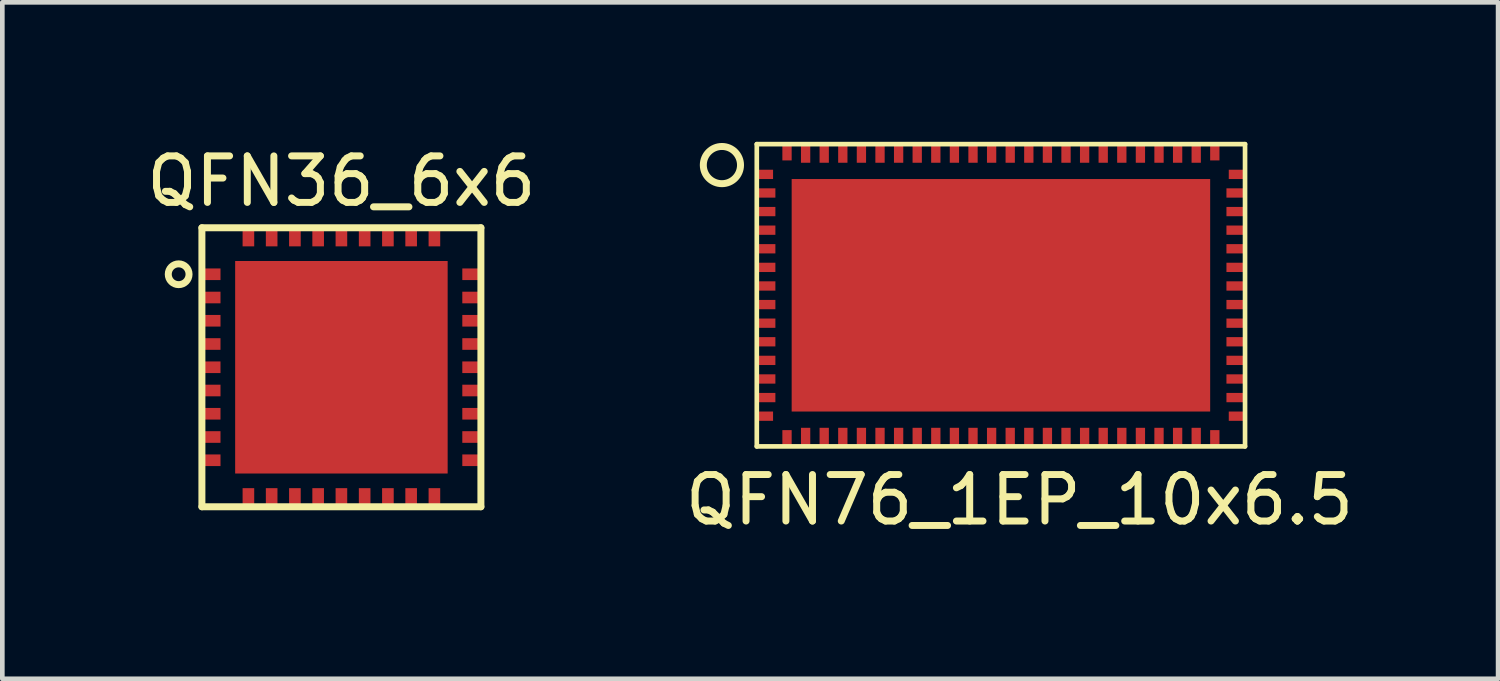
<source format=kicad_pcb>
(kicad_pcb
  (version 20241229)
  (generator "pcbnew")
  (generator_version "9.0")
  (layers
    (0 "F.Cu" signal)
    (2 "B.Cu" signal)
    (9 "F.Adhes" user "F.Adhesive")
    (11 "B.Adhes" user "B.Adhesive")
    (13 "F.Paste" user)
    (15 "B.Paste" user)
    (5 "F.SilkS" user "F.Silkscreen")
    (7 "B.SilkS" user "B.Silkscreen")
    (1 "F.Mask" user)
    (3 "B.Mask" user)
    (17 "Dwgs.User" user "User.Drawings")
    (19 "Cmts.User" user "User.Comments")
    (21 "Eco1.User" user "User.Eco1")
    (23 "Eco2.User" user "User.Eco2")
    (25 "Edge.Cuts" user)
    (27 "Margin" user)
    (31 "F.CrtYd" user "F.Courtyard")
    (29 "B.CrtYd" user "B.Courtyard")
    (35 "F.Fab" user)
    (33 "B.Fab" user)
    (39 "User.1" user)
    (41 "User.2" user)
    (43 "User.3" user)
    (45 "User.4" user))
  (footprint "QFN36_6x6"
    (layer "F.Cu")
    (at 4.292 4.848)
    (property "Reference" "QFN36_6x6" (at 0 -4 0) (layer "F.SilkS") (effects (font (size 1 1) (thickness 0.15))))
    (attr through_hole)
    (fp_line (start -3 -3) (end 3 -3) (stroke (width 0.15) (type solid)) (layer "F.SilkS"))
    (fp_line (start -3 3) (end -3 -3) (stroke (width 0.15) (type solid)) (layer "F.SilkS"))
    (fp_line (start 3 -3) (end 3 3) (stroke (width 0.15) (type solid)) (layer "F.SilkS"))
    (fp_line (start 3 3) (end -3 3) (stroke (width 0.15) (type solid)) (layer "F.SilkS"))
    (fp_circle (center -3.5 -2) (end -3.4 -1.8) (stroke (width 0.15) (type solid)) (fill no) (layer "F.SilkS"))
    (pad "1" smd rect (at -2.8 -2) (size 0.4 0.25) (layers "F.Cu" "F.Mask" "F.Paste"))
    (pad "2" smd rect (at -2.8 -1.5) (size 0.4 0.25) (layers "F.Cu" "F.Mask" "F.Paste"))
    (pad "3" smd rect (at -2.8 -1) (size 0.4 0.25) (layers "F.Cu" "F.Mask" "F.Paste"))
    (pad "4" smd rect (at -2.8 -0.5) (size 0.4 0.25) (layers "F.Cu" "F.Mask" "F.Paste"))
    (pad "5" smd rect (at -2.8 0) (size 0.4 0.25) (layers "F.Cu" "F.Mask" "F.Paste"))
    (pad "6" smd rect (at -2.8 0.5) (size 0.4 0.25) (layers "F.Cu" "F.Mask" "F.Paste"))
    (pad "7" smd rect (at -2.8 1) (size 0.4 0.25) (layers "F.Cu" "F.Mask" "F.Paste"))
    (pad "8" smd rect (at -2.8 1.5) (size 0.4 0.25) (layers "F.Cu" "F.Mask" "F.Paste"))
    (pad "9" smd rect (at -2.8 2) (size 0.4 0.25) (layers "F.Cu" "F.Mask" "F.Paste"))
    (pad "10" smd rect (at -2 2.8 90) (size 0.4 0.25) (layers "F.Cu" "F.Mask" "F.Paste"))
    (pad "11" smd rect (at -1.5 2.8 90) (size 0.4 0.25) (layers "F.Cu" "F.Mask" "F.Paste"))
    (pad "12" smd rect (at -1 2.8 90) (size 0.4 0.25) (layers "F.Cu" "F.Mask" "F.Paste"))
    (pad "13" smd rect (at -0.5 2.8 90) (size 0.4 0.25) (layers "F.Cu" "F.Mask" "F.Paste"))
    (pad "14" smd rect (at 0 2.8 90) (size 0.4 0.25) (layers "F.Cu" "F.Mask" "F.Paste"))
    (pad "15" smd rect (at 0.5 2.8 90) (size 0.4 0.25) (layers "F.Cu" "F.Mask" "F.Paste"))
    (pad "16" smd rect (at 1 2.8 90) (size 0.4 0.25) (layers "F.Cu" "F.Mask" "F.Paste"))
    (pad "17" smd rect (at 1.5 2.8 90) (size 0.4 0.25) (layers "F.Cu" "F.Mask" "F.Paste"))
    (pad "18" smd rect (at 2 2.8 90) (size 0.4 0.25) (layers "F.Cu" "F.Mask" "F.Paste"))
    (pad "19" smd rect (at 2.8 2) (size 0.4 0.25) (layers "F.Cu" "F.Mask" "F.Paste"))
    (pad "20" smd rect (at 2.8 1.5) (size 0.4 0.25) (layers "F.Cu" "F.Mask" "F.Paste"))
    (pad "21" smd rect (at 2.8 1) (size 0.4 0.25) (layers "F.Cu" "F.Mask" "F.Paste"))
    (pad "22" smd rect (at 2.8 0.5) (size 0.4 0.25) (layers "F.Cu" "F.Mask" "F.Paste"))
    (pad "23" smd rect (at 2.8 0) (size 0.4 0.25) (layers "F.Cu" "F.Mask" "F.Paste"))
    (pad "24" smd rect (at 2.8 -0.5) (size 0.4 0.25) (layers "F.Cu" "F.Mask" "F.Paste"))
    (pad "25" smd rect (at 2.8 -1) (size 0.4 0.25) (layers "F.Cu" "F.Mask" "F.Paste"))
    (pad "26" smd rect (at 2.8 -1.5) (size 0.4 0.25) (layers "F.Cu" "F.Mask" "F.Paste"))
    (pad "27" smd rect (at 2.8 -2) (size 0.4 0.25) (layers "F.Cu" "F.Mask" "F.Paste"))
    (pad "28" smd rect (at 2 -2.8 90) (size 0.4 0.25) (layers "F.Cu" "F.Mask" "F.Paste"))
    (pad "29" smd rect (at 1.5 -2.8 90) (size 0.4 0.25) (layers "F.Cu" "F.Mask" "F.Paste"))
    (pad "30" smd rect (at 1 -2.8 90) (size 0.4 0.25) (layers "F.Cu" "F.Mask" "F.Paste"))
    (pad "31" smd rect (at 0.5 -2.8 90) (size 0.4 0.25) (layers "F.Cu" "F.Mask" "F.Paste"))
    (pad "32" smd rect (at 0 -2.8 90) (size 0.4 0.25) (layers "F.Cu" "F.Mask" "F.Paste"))
    (pad "33" smd rect (at -0.5 -2.8 90) (size 0.4 0.25) (layers "F.Cu" "F.Mask" "F.Paste"))
    (pad "34" smd rect (at -1 -2.8 90) (size 0.4 0.25) (layers "F.Cu" "F.Mask" "F.Paste"))
    (pad "35" smd rect (at -1.5 -2.8 90) (size 0.4 0.25) (layers "F.Cu" "F.Mask" "F.Paste"))
    (pad "36" smd rect (at -2 -2.8 90) (size 0.4 0.25) (layers "F.Cu" "F.Mask" "F.Paste"))
    (pad "37" smd rect (at 0 0) (size 4.57 4.57) (layers "F.Cu" "F.Mask" "F.Paste")))
  (footprint "QFN76_1EP_10x6.5"
    (layer "F.Cu")
    (at 18.475 3.3)
    (property "Reference" "QFN76_1EP_10x6.5" (at 0.4 4.4 0) (layer "F.SilkS") (effects (font (size 1 1) (thickness 0.15))))
    (attr through_hole)
    (fp_line (start -5.25 -3.25) (end -5.25 3.25) (stroke (width 0.1) (type solid)) (layer "F.SilkS"))
    (fp_line (start -5.25 3.25) (end 5.25 3.25) (stroke (width 0.1) (type solid)) (layer "F.SilkS"))
    (fp_line (start 5.25 -3.25) (end -5.25 -3.25) (stroke (width 0.1) (type solid)) (layer "F.SilkS"))
    (fp_line (start 5.25 3.25) (end 5.25 -3.25) (stroke (width 0.1) (type solid)) (layer "F.SilkS"))
    (fp_circle (center -6 -2.8) (end -6 -2.4) (stroke (width 0.15) (type solid)) (fill no) (layer "F.SilkS"))
    (pad "1" smd rect (at -5.075 -2.6) (size 0.35 0.2) (layers "F.Cu" "F.Mask" "F.Paste"))
    (pad "2" smd rect (at -5.05 -2.2) (size 0.4 0.2) (layers "F.Cu" "F.Mask" "F.Paste"))
    (pad "3" smd rect (at -5.05 -1.8) (size 0.4 0.2) (layers "F.Cu" "F.Mask" "F.Paste"))
    (pad "4" smd rect (at -5.05 -1.4) (size 0.4 0.2) (layers "F.Cu" "F.Mask" "F.Paste"))
    (pad "5" smd rect (at -5.05 -1) (size 0.4 0.2) (layers "F.Cu" "F.Mask" "F.Paste"))
    (pad "6" smd rect (at -5.05 -0.6) (size 0.4 0.2) (layers "F.Cu" "F.Mask" "F.Paste"))
    (pad "7" smd rect (at -5.05 -0.2) (size 0.4 0.2) (layers "F.Cu" "F.Mask" "F.Paste"))
    (pad "8" smd rect (at -5.05 0.2) (size 0.4 0.2) (layers "F.Cu" "F.Mask" "F.Paste"))
    (pad "9" smd rect (at -5.05 0.6) (size 0.4 0.2) (layers "F.Cu" "F.Mask" "F.Paste"))
    (pad "10" smd rect (at -5.05 1) (size 0.4 0.2) (layers "F.Cu" "F.Mask" "F.Paste"))
    (pad "11" smd rect (at -5.05 1.4) (size 0.4 0.2) (layers "F.Cu" "F.Mask" "F.Paste"))
    (pad "12" smd rect (at -5.05 1.8) (size 0.4 0.2) (layers "F.Cu" "F.Mask" "F.Paste"))
    (pad "13" smd rect (at -5.05 2.2) (size 0.4 0.2) (layers "F.Cu" "F.Mask" "F.Paste"))
    (pad "14" smd rect (at -5.075 2.6) (size 0.35 0.2) (layers "F.Cu" "F.Mask" "F.Paste"))
    (pad "15" smd rect (at -4.6 3.075) (size 0.2 0.35) (layers "F.Cu" "F.Mask" "F.Paste"))
    (pad "16" smd rect (at -4.2 3.05) (size 0.2 0.4) (layers "F.Cu" "F.Mask" "F.Paste"))
    (pad "17" smd rect (at -3.8 3.05) (size 0.2 0.4) (layers "F.Cu" "F.Mask" "F.Paste"))
    (pad "18" smd rect (at -3.4 3.05) (size 0.2 0.4) (layers "F.Cu" "F.Mask" "F.Paste"))
    (pad "19" smd rect (at -3 3.05) (size 0.2 0.4) (layers "F.Cu" "F.Mask" "F.Paste"))
    (pad "20" smd rect (at -2.6 3.05) (size 0.2 0.4) (layers "F.Cu" "F.Mask" "F.Paste"))
    (pad "21" smd rect (at -2.2 3.05) (size 0.2 0.4) (layers "F.Cu" "F.Mask" "F.Paste"))
    (pad "22" smd rect (at -1.8 3.05) (size 0.2 0.4) (layers "F.Cu" "F.Mask" "F.Paste"))
    (pad "23" smd rect (at -1.4 3.05) (size 0.2 0.4) (layers "F.Cu" "F.Mask" "F.Paste"))
    (pad "24" smd rect (at -1 3.05) (size 0.2 0.4) (layers "F.Cu" "F.Mask" "F.Paste"))
    (pad "25" smd rect (at -0.6 3.05) (size 0.2 0.4) (layers "F.Cu" "F.Mask" "F.Paste"))
    (pad "26" smd rect (at -0.2 3.05) (size 0.2 0.4) (layers "F.Cu" "F.Mask" "F.Paste"))
    (pad "27" smd rect (at 0.2 3.05) (size 0.2 0.4) (layers "F.Cu" "F.Mask" "F.Paste"))
    (pad "28" smd rect (at 0.6 3.05) (size 0.2 0.4) (layers "F.Cu" "F.Mask" "F.Paste"))
    (pad "29" smd rect (at 1 3.05) (size 0.2 0.4) (layers "F.Cu" "F.Mask" "F.Paste"))
    (pad "30" smd rect (at 1.4 3.05) (size 0.2 0.4) (layers "F.Cu" "F.Mask" "F.Paste"))
    (pad "31" smd rect (at 1.8 3.05) (size 0.2 0.4) (layers "F.Cu" "F.Mask" "F.Paste"))
    (pad "32" smd rect (at 2.2 3.05) (size 0.2 0.4) (layers "F.Cu" "F.Mask" "F.Paste"))
    (pad "33" smd rect (at 2.6 3.05) (size 0.2 0.4) (layers "F.Cu" "F.Mask" "F.Paste"))
    (pad "34" smd rect (at 3 3.05) (size 0.2 0.4) (layers "F.Cu" "F.Mask" "F.Paste"))
    (pad "35" smd rect (at 3.4 3.05) (size 0.2 0.4) (layers "F.Cu" "F.Mask" "F.Paste"))
    (pad "36" smd rect (at 3.8 3.05) (size 0.2 0.4) (layers "F.Cu" "F.Mask" "F.Paste"))
    (pad "37" smd rect (at 4.2 3.05) (size 0.2 0.4) (layers "F.Cu" "F.Mask" "F.Paste"))
    (pad "38" smd rect (at 4.6 3.075) (size 0.2 0.35) (layers "F.Cu" "F.Mask" "F.Paste"))
    (pad "39" smd rect (at 5.075 2.6) (size 0.35 0.2) (layers "F.Cu" "F.Mask" "F.Paste"))
    (pad "40" smd rect (at 5.05 2.2) (size 0.4 0.2) (layers "F.Cu" "F.Mask" "F.Paste"))
    (pad "41" smd rect (at 5.05 1.8) (size 0.4 0.2) (layers "F.Cu" "F.Mask" "F.Paste"))
    (pad "42" smd rect (at 5.05 1.4) (size 0.4 0.2) (layers "F.Cu" "F.Mask" "F.Paste"))
    (pad "43" smd rect (at 5.05 1) (size 0.4 0.2) (layers "F.Cu" "F.Mask" "F.Paste"))
    (pad "44" smd rect (at 5.05 0.6) (size 0.4 0.2) (layers "F.Cu" "F.Mask" "F.Paste"))
    (pad "45" smd rect (at 5.05 0.2) (size 0.4 0.2) (layers "F.Cu" "F.Mask" "F.Paste"))
    (pad "46" smd rect (at 5.05 -0.2) (size 0.4 0.2) (layers "F.Cu" "F.Mask" "F.Paste"))
    (pad "47" smd rect (at 5.05 -0.6) (size 0.4 0.2) (layers "F.Cu" "F.Mask" "F.Paste"))
    (pad "48" smd rect (at 5.05 -1) (size 0.4 0.2) (layers "F.Cu" "F.Mask" "F.Paste"))
    (pad "49" smd rect (at 5.05 -1.4) (size 0.4 0.2) (layers "F.Cu" "F.Mask" "F.Paste"))
    (pad "50" smd rect (at 5.05 -1.8) (size 0.4 0.2) (layers "F.Cu" "F.Mask" "F.Paste"))
    (pad "51" smd rect (at 5.05 -2.2) (size 0.4 0.2) (layers "F.Cu" "F.Mask" "F.Paste"))
    (pad "52" smd rect (at 5.075 -2.6) (size 0.35 0.2) (layers "F.Cu" "F.Mask" "F.Paste"))
    (pad "53" smd rect (at 4.6 -3.075) (size 0.2 0.35) (layers "F.Cu" "F.Mask" "F.Paste"))
    (pad "54" smd rect (at 4.2 -3.05) (size 0.2 0.4) (layers "F.Cu" "F.Mask" "F.Paste"))
    (pad "55" smd rect (at 3.8 -3.05) (size 0.2 0.4) (layers "F.Cu" "F.Mask" "F.Paste"))
    (pad "56" smd rect (at 3.4 -3.05) (size 0.2 0.4) (layers "F.Cu" "F.Mask" "F.Paste"))
    (pad "57" smd rect (at 3 -3.05) (size 0.2 0.4) (layers "F.Cu" "F.Mask" "F.Paste"))
    (pad "58" smd rect (at 2.6 -3.05) (size 0.2 0.4) (layers "F.Cu" "F.Mask" "F.Paste"))
    (pad "59" smd rect (at 2.2 -3.05) (size 0.2 0.4) (layers "F.Cu" "F.Mask" "F.Paste"))
    (pad "60" smd rect (at 1.8 -3.05) (size 0.2 0.4) (layers "F.Cu" "F.Mask" "F.Paste"))
    (pad "61" smd rect (at 1.4 -3.05) (size 0.2 0.4) (layers "F.Cu" "F.Mask" "F.Paste"))
    (pad "62" smd rect (at 1 -3.05) (size 0.2 0.4) (layers "F.Cu" "F.Mask" "F.Paste"))
    (pad "63" smd rect (at 0.6 -3.05) (size 0.2 0.4) (layers "F.Cu" "F.Mask" "F.Paste"))
    (pad "64" smd rect (at 0.2 -3.05) (size 0.2 0.4) (layers "F.Cu" "F.Mask" "F.Paste"))
    (pad "65" smd rect (at -0.2 -3.05) (size 0.2 0.4) (layers "F.Cu" "F.Mask" "F.Paste"))
    (pad "66" smd rect (at -0.6 -3.05) (size 0.2 0.4) (layers "F.Cu" "F.Mask" "F.Paste"))
    (pad "67" smd rect (at -1 -3.05) (size 0.2 0.4) (layers "F.Cu" "F.Mask" "F.Paste"))
    (pad "68" smd rect (at -1.4 -3.05) (size 0.2 0.4) (layers "F.Cu" "F.Mask" "F.Paste"))
    (pad "69" smd rect (at -1.8 -3.05) (size 0.2 0.4) (layers "F.Cu" "F.Mask" "F.Paste"))
    (pad "70" smd rect (at -2.2 -3.05) (size 0.2 0.4) (layers "F.Cu" "F.Mask" "F.Paste"))
    (pad "71" smd rect (at -2.6 -3.05) (size 0.2 0.4) (layers "F.Cu" "F.Mask" "F.Paste"))
    (pad "72" smd rect (at -3 -3.05) (size 0.2 0.4) (layers "F.Cu" "F.Mask" "F.Paste"))
    (pad "73" smd rect (at -3.4 -3.05) (size 0.2 0.4) (layers "F.Cu" "F.Mask" "F.Paste"))
    (pad "74" smd rect (at -3.8 -3.05) (size 0.2 0.4) (layers "F.Cu" "F.Mask" "F.Paste"))
    (pad "75" smd rect (at -4.2 -3.05) (size 0.2 0.4) (layers "F.Cu" "F.Mask" "F.Paste"))
    (pad "76" smd rect (at -4.6 -3.075) (size 0.2 0.35) (layers "F.Cu" "F.Mask" "F.Paste"))
    (pad "77" smd rect (at 0 0) (size 9 5) (layers "F.Cu" "F.Mask" "F.Paste")))
  (gr_rect
    (start -3 -3)
    (end 29.167 11.548)
    (stroke (width 0.1) (type default))
    (fill no)
    (layer "Edge.Cuts")))
</source>
